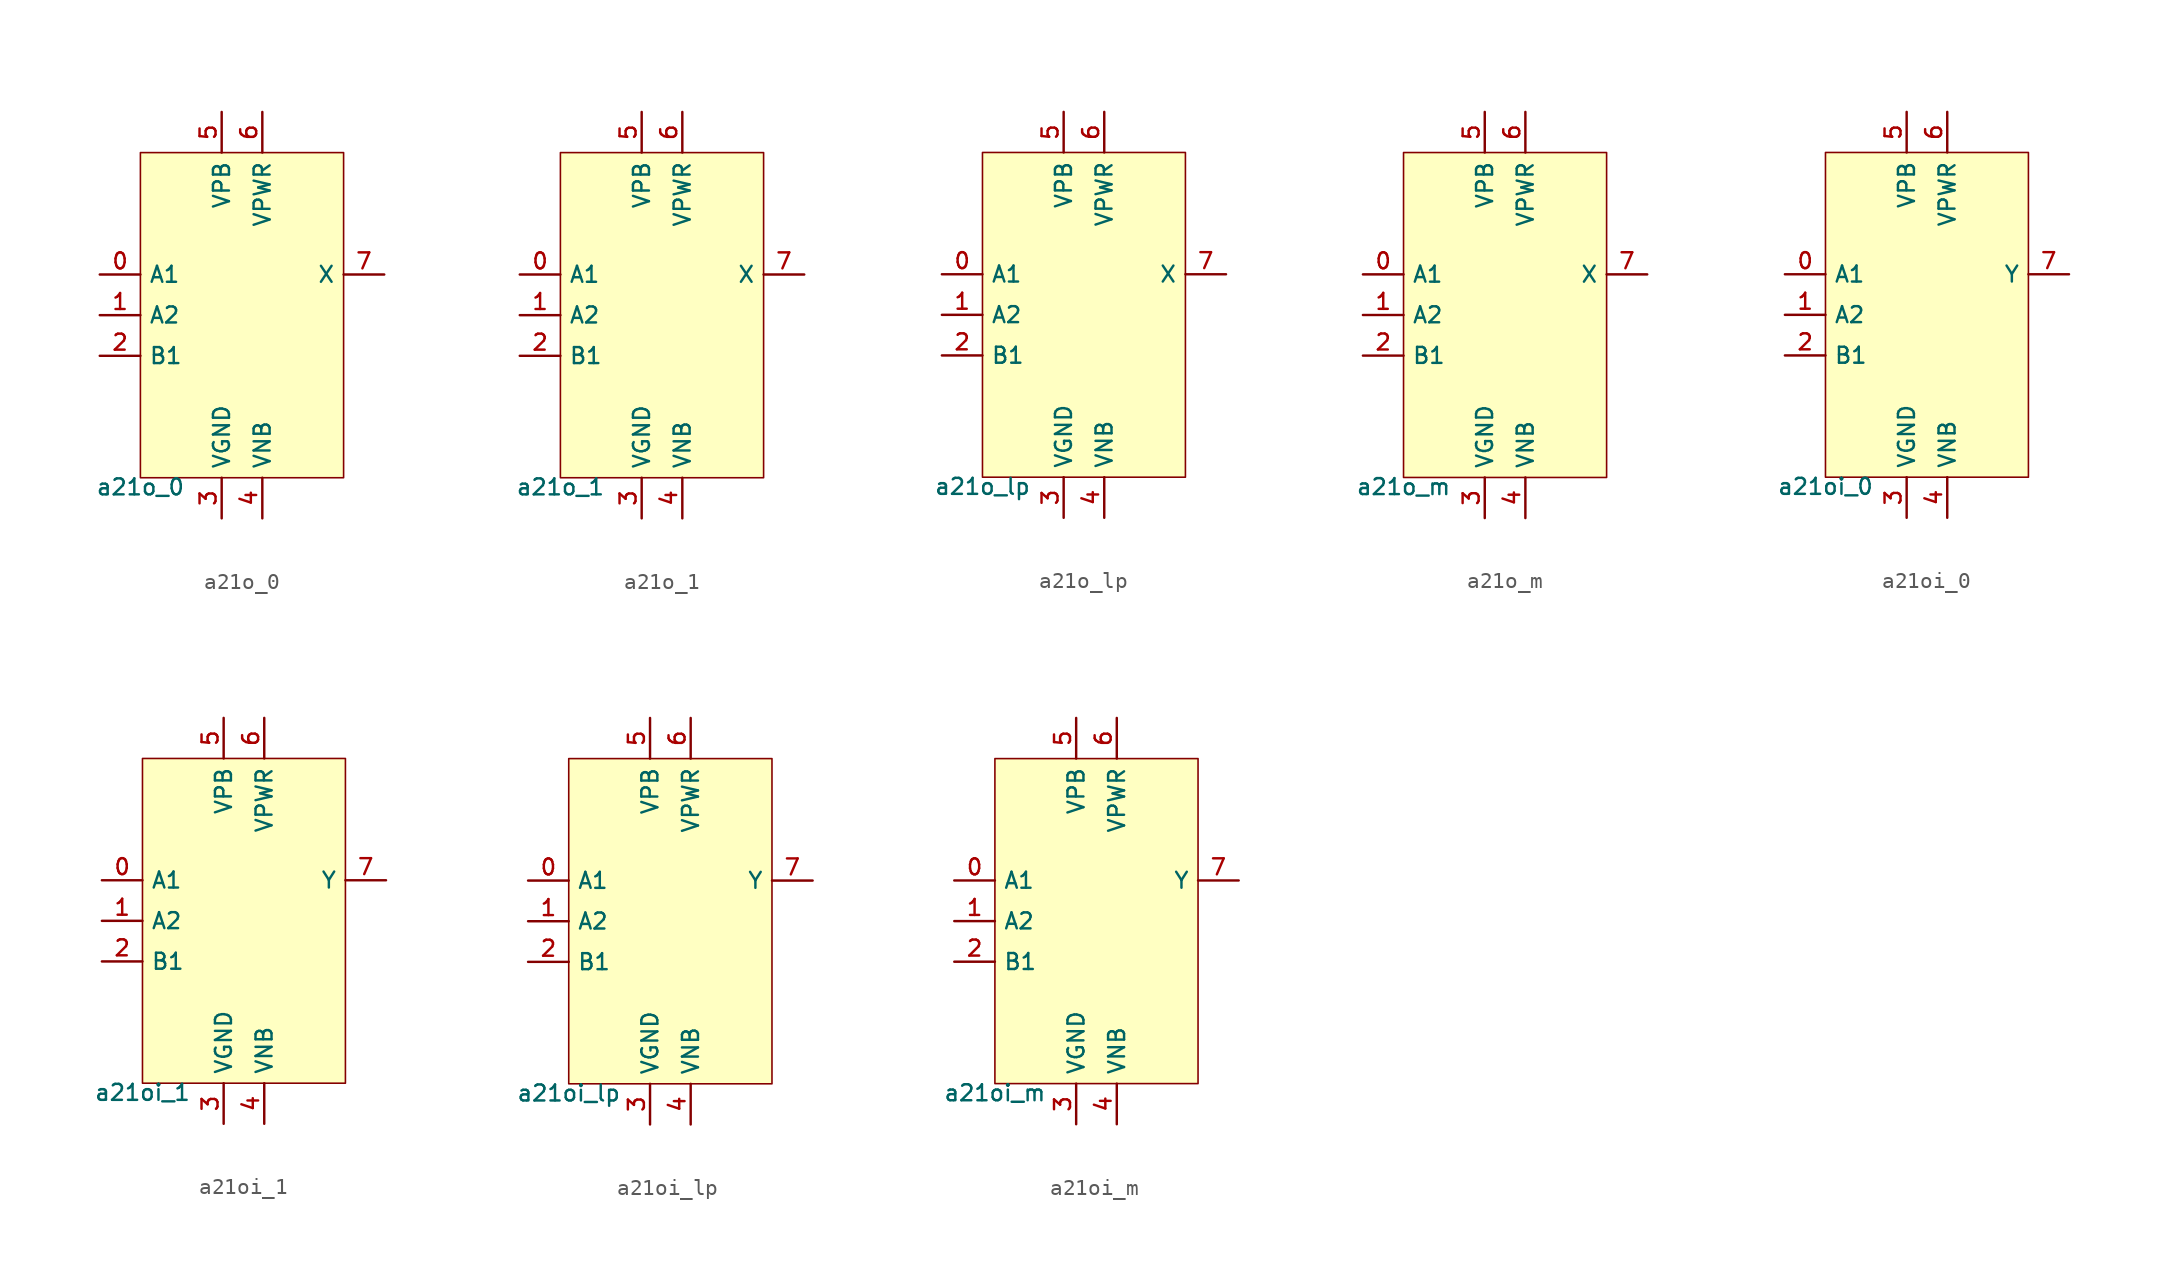
<source format=kicad_sym>
(kicad_symbol_lib
  (version 20211014)
  (generator pdk2kicad)
  (symbol "a21o_0"
    (property "Reference" "X"
      (at 0 0 0)
      (effects (font (size 1 1)) hide))
    (property "Value" "a21o_0"
      (at -6.35 -10.16 0)
      (effects (font (size 1 1)) (justify top)))
    (rectangle
      (start -6.35 -10.16)
      (end 6.35 10.16)
      (stroke (width 0.1) (type solid) (color 0 0 0 0))
      (fill (type background)))
    (pin input line
      (at -8.89 2.54 0)
      (length 2.54)
      (name "A1" (effects (font (size 1 1)) hide))
      (number "0" (effects (font (size 1 1)) hide)))
    (pin input line
      (at -8.89 0.0 0)
      (length 2.54)
      (name "A2" (effects (font (size 1 1)) hide))
      (number "1" (effects (font (size 1 1)) hide)))
    (pin input line
      (at -8.89 -2.54 0)
      (length 2.54)
      (name "B1" (effects (font (size 1 1)) hide))
      (number "2" (effects (font (size 1 1)) hide)))
    (pin power_in line
      (at -1.27 -12.7 90)
      (length 2.54)
      (name "VGND" (effects (font (size 1 1)) hide))
      (number "3" (effects (font (size 1 1)) hide)))
    (pin power_in line
      (at 1.27 -12.7 90)
      (length 2.54)
      (name "VNB" (effects (font (size 1 1)) hide))
      (number "4" (effects (font (size 1 1)) hide)))
    (pin power_in line
      (at -1.27 12.7 270)
      (length 2.54)
      (name "VPB" (effects (font (size 1 1)) hide))
      (number "5" (effects (font (size 1 1)) hide)))
    (pin power_in line
      (at 1.27 12.7 270)
      (length 2.54)
      (name "VPWR" (effects (font (size 1 1)) hide))
      (number "6" (effects (font (size 1 1)) hide)))
    (pin output line
      (at 8.89 2.54 180)
      (length 2.54)
      (name "X" (effects (font (size 1 1)) hide))
      (number "7" (effects (font (size 1 1)) hide))))
  (symbol "a21o_1"
    (property "Reference" "X"
      (at 0 0 0)
      (effects (font (size 1 1)) hide))
    (property "Value" "a21o_1"
      (at -6.35 -10.16 0)
      (effects (font (size 1 1)) (justify top)))
    (rectangle
      (start -6.35 -10.16)
      (end 6.35 10.16)
      (stroke (width 0.1) (type solid) (color 0 0 0 0))
      (fill (type background)))
    (pin input line
      (at -8.89 2.54 0)
      (length 2.54)
      (name "A1" (effects (font (size 1 1)) hide))
      (number "0" (effects (font (size 1 1)) hide)))
    (pin input line
      (at -8.89 0.0 0)
      (length 2.54)
      (name "A2" (effects (font (size 1 1)) hide))
      (number "1" (effects (font (size 1 1)) hide)))
    (pin input line
      (at -8.89 -2.54 0)
      (length 2.54)
      (name "B1" (effects (font (size 1 1)) hide))
      (number "2" (effects (font (size 1 1)) hide)))
    (pin power_in line
      (at -1.27 -12.7 90)
      (length 2.54)
      (name "VGND" (effects (font (size 1 1)) hide))
      (number "3" (effects (font (size 1 1)) hide)))
    (pin power_in line
      (at 1.27 -12.7 90)
      (length 2.54)
      (name "VNB" (effects (font (size 1 1)) hide))
      (number "4" (effects (font (size 1 1)) hide)))
    (pin power_in line
      (at -1.27 12.7 270)
      (length 2.54)
      (name "VPB" (effects (font (size 1 1)) hide))
      (number "5" (effects (font (size 1 1)) hide)))
    (pin power_in line
      (at 1.27 12.7 270)
      (length 2.54)
      (name "VPWR" (effects (font (size 1 1)) hide))
      (number "6" (effects (font (size 1 1)) hide)))
    (pin output line
      (at 8.89 2.54 180)
      (length 2.54)
      (name "X" (effects (font (size 1 1)) hide))
      (number "7" (effects (font (size 1 1)) hide))))
  (symbol "a21o_lp"
    (property "Reference" "X"
      (at 0 0 0)
      (effects (font (size 1 1)) hide))
    (property "Value" "a21o_lp"
      (at -6.35 -10.16 0)
      (effects (font (size 1 1)) (justify top)))
    (rectangle
      (start -6.35 -10.16)
      (end 6.35 10.16)
      (stroke (width 0.1) (type solid) (color 0 0 0 0))
      (fill (type background)))
    (pin input line
      (at -8.89 2.54 0)
      (length 2.54)
      (name "A1" (effects (font (size 1 1)) hide))
      (number "0" (effects (font (size 1 1)) hide)))
    (pin input line
      (at -8.89 0.0 0)
      (length 2.54)
      (name "A2" (effects (font (size 1 1)) hide))
      (number "1" (effects (font (size 1 1)) hide)))
    (pin input line
      (at -8.89 -2.54 0)
      (length 2.54)
      (name "B1" (effects (font (size 1 1)) hide))
      (number "2" (effects (font (size 1 1)) hide)))
    (pin power_in line
      (at -1.27 -12.7 90)
      (length 2.54)
      (name "VGND" (effects (font (size 1 1)) hide))
      (number "3" (effects (font (size 1 1)) hide)))
    (pin power_in line
      (at 1.27 -12.7 90)
      (length 2.54)
      (name "VNB" (effects (font (size 1 1)) hide))
      (number "4" (effects (font (size 1 1)) hide)))
    (pin power_in line
      (at -1.27 12.7 270)
      (length 2.54)
      (name "VPB" (effects (font (size 1 1)) hide))
      (number "5" (effects (font (size 1 1)) hide)))
    (pin power_in line
      (at 1.27 12.7 270)
      (length 2.54)
      (name "VPWR" (effects (font (size 1 1)) hide))
      (number "6" (effects (font (size 1 1)) hide)))
    (pin output line
      (at 8.89 2.54 180)
      (length 2.54)
      (name "X" (effects (font (size 1 1)) hide))
      (number "7" (effects (font (size 1 1)) hide))))
  (symbol "a21o_m"
    (property "Reference" "X"
      (at 0 0 0)
      (effects (font (size 1 1)) hide))
    (property "Value" "a21o_m"
      (at -6.35 -10.16 0)
      (effects (font (size 1 1)) (justify top)))
    (rectangle
      (start -6.35 -10.16)
      (end 6.35 10.16)
      (stroke (width 0.1) (type solid) (color 0 0 0 0))
      (fill (type background)))
    (pin input line
      (at -8.89 2.54 0)
      (length 2.54)
      (name "A1" (effects (font (size 1 1)) hide))
      (number "0" (effects (font (size 1 1)) hide)))
    (pin input line
      (at -8.89 0.0 0)
      (length 2.54)
      (name "A2" (effects (font (size 1 1)) hide))
      (number "1" (effects (font (size 1 1)) hide)))
    (pin input line
      (at -8.89 -2.54 0)
      (length 2.54)
      (name "B1" (effects (font (size 1 1)) hide))
      (number "2" (effects (font (size 1 1)) hide)))
    (pin power_in line
      (at -1.27 -12.7 90)
      (length 2.54)
      (name "VGND" (effects (font (size 1 1)) hide))
      (number "3" (effects (font (size 1 1)) hide)))
    (pin power_in line
      (at 1.27 -12.7 90)
      (length 2.54)
      (name "VNB" (effects (font (size 1 1)) hide))
      (number "4" (effects (font (size 1 1)) hide)))
    (pin power_in line
      (at -1.27 12.7 270)
      (length 2.54)
      (name "VPB" (effects (font (size 1 1)) hide))
      (number "5" (effects (font (size 1 1)) hide)))
    (pin power_in line
      (at 1.27 12.7 270)
      (length 2.54)
      (name "VPWR" (effects (font (size 1 1)) hide))
      (number "6" (effects (font (size 1 1)) hide)))
    (pin output line
      (at 8.89 2.54 180)
      (length 2.54)
      (name "X" (effects (font (size 1 1)) hide))
      (number "7" (effects (font (size 1 1)) hide))))
  (symbol "a21oi_0"
    (property "Reference" "X"
      (at 0 0 0)
      (effects (font (size 1 1)) hide))
    (property "Value" "a21oi_0"
      (at -6.35 -10.16 0)
      (effects (font (size 1 1)) (justify top)))
    (rectangle
      (start -6.35 -10.16)
      (end 6.35 10.16)
      (stroke (width 0.1) (type solid) (color 0 0 0 0))
      (fill (type background)))
    (pin input line
      (at -8.89 2.54 0)
      (length 2.54)
      (name "A1" (effects (font (size 1 1)) hide))
      (number "0" (effects (font (size 1 1)) hide)))
    (pin input line
      (at -8.89 0.0 0)
      (length 2.54)
      (name "A2" (effects (font (size 1 1)) hide))
      (number "1" (effects (font (size 1 1)) hide)))
    (pin input line
      (at -8.89 -2.54 0)
      (length 2.54)
      (name "B1" (effects (font (size 1 1)) hide))
      (number "2" (effects (font (size 1 1)) hide)))
    (pin power_in line
      (at -1.27 -12.7 90)
      (length 2.54)
      (name "VGND" (effects (font (size 1 1)) hide))
      (number "3" (effects (font (size 1 1)) hide)))
    (pin power_in line
      (at 1.27 -12.7 90)
      (length 2.54)
      (name "VNB" (effects (font (size 1 1)) hide))
      (number "4" (effects (font (size 1 1)) hide)))
    (pin power_in line
      (at -1.27 12.7 270)
      (length 2.54)
      (name "VPB" (effects (font (size 1 1)) hide))
      (number "5" (effects (font (size 1 1)) hide)))
    (pin power_in line
      (at 1.27 12.7 270)
      (length 2.54)
      (name "VPWR" (effects (font (size 1 1)) hide))
      (number "6" (effects (font (size 1 1)) hide)))
    (pin output line
      (at 8.89 2.54 180)
      (length 2.54)
      (name "Y" (effects (font (size 1 1)) hide))
      (number "7" (effects (font (size 1 1)) hide))))
  (symbol "a21oi_1"
    (property "Reference" "X"
      (at 0 0 0)
      (effects (font (size 1 1)) hide))
    (property "Value" "a21oi_1"
      (at -6.35 -10.16 0)
      (effects (font (size 1 1)) (justify top)))
    (rectangle
      (start -6.35 -10.16)
      (end 6.35 10.16)
      (stroke (width 0.1) (type solid) (color 0 0 0 0))
      (fill (type background)))
    (pin input line
      (at -8.89 2.54 0)
      (length 2.54)
      (name "A1" (effects (font (size 1 1)) hide))
      (number "0" (effects (font (size 1 1)) hide)))
    (pin input line
      (at -8.89 0.0 0)
      (length 2.54)
      (name "A2" (effects (font (size 1 1)) hide))
      (number "1" (effects (font (size 1 1)) hide)))
    (pin input line
      (at -8.89 -2.54 0)
      (length 2.54)
      (name "B1" (effects (font (size 1 1)) hide))
      (number "2" (effects (font (size 1 1)) hide)))
    (pin power_in line
      (at -1.27 -12.7 90)
      (length 2.54)
      (name "VGND" (effects (font (size 1 1)) hide))
      (number "3" (effects (font (size 1 1)) hide)))
    (pin power_in line
      (at 1.27 -12.7 90)
      (length 2.54)
      (name "VNB" (effects (font (size 1 1)) hide))
      (number "4" (effects (font (size 1 1)) hide)))
    (pin power_in line
      (at -1.27 12.7 270)
      (length 2.54)
      (name "VPB" (effects (font (size 1 1)) hide))
      (number "5" (effects (font (size 1 1)) hide)))
    (pin power_in line
      (at 1.27 12.7 270)
      (length 2.54)
      (name "VPWR" (effects (font (size 1 1)) hide))
      (number "6" (effects (font (size 1 1)) hide)))
    (pin output line
      (at 8.89 2.54 180)
      (length 2.54)
      (name "Y" (effects (font (size 1 1)) hide))
      (number "7" (effects (font (size 1 1)) hide))))
  (symbol "a21oi_lp"
    (property "Reference" "X"
      (at 0 0 0)
      (effects (font (size 1 1)) hide))
    (property "Value" "a21oi_lp"
      (at -6.35 -10.16 0)
      (effects (font (size 1 1)) (justify top)))
    (rectangle
      (start -6.35 -10.16)
      (end 6.35 10.16)
      (stroke (width 0.1) (type solid) (color 0 0 0 0))
      (fill (type background)))
    (pin input line
      (at -8.89 2.54 0)
      (length 2.54)
      (name "A1" (effects (font (size 1 1)) hide))
      (number "0" (effects (font (size 1 1)) hide)))
    (pin input line
      (at -8.89 0.0 0)
      (length 2.54)
      (name "A2" (effects (font (size 1 1)) hide))
      (number "1" (effects (font (size 1 1)) hide)))
    (pin input line
      (at -8.89 -2.54 0)
      (length 2.54)
      (name "B1" (effects (font (size 1 1)) hide))
      (number "2" (effects (font (size 1 1)) hide)))
    (pin power_in line
      (at -1.27 -12.7 90)
      (length 2.54)
      (name "VGND" (effects (font (size 1 1)) hide))
      (number "3" (effects (font (size 1 1)) hide)))
    (pin power_in line
      (at 1.27 -12.7 90)
      (length 2.54)
      (name "VNB" (effects (font (size 1 1)) hide))
      (number "4" (effects (font (size 1 1)) hide)))
    (pin power_in line
      (at -1.27 12.7 270)
      (length 2.54)
      (name "VPB" (effects (font (size 1 1)) hide))
      (number "5" (effects (font (size 1 1)) hide)))
    (pin power_in line
      (at 1.27 12.7 270)
      (length 2.54)
      (name "VPWR" (effects (font (size 1 1)) hide))
      (number "6" (effects (font (size 1 1)) hide)))
    (pin output line
      (at 8.89 2.54 180)
      (length 2.54)
      (name "Y" (effects (font (size 1 1)) hide))
      (number "7" (effects (font (size 1 1)) hide))))
  (symbol "a21oi_m"
    (property "Reference" "X"
      (at 0 0 0)
      (effects (font (size 1 1)) hide))
    (property "Value" "a21oi_m"
      (at -6.35 -10.16 0)
      (effects (font (size 1 1)) (justify top)))
    (rectangle
      (start -6.35 -10.16)
      (end 6.35 10.16)
      (stroke (width 0.1) (type solid) (color 0 0 0 0))
      (fill (type background)))
    (pin input line
      (at -8.89 2.54 0)
      (length 2.54)
      (name "A1" (effects (font (size 1 1)) hide))
      (number "0" (effects (font (size 1 1)) hide)))
    (pin input line
      (at -8.89 0.0 0)
      (length 2.54)
      (name "A2" (effects (font (size 1 1)) hide))
      (number "1" (effects (font (size 1 1)) hide)))
    (pin input line
      (at -8.89 -2.54 0)
      (length 2.54)
      (name "B1" (effects (font (size 1 1)) hide))
      (number "2" (effects (font (size 1 1)) hide)))
    (pin power_in line
      (at -1.27 -12.7 90)
      (length 2.54)
      (name "VGND" (effects (font (size 1 1)) hide))
      (number "3" (effects (font (size 1 1)) hide)))
    (pin power_in line
      (at 1.27 -12.7 90)
      (length 2.54)
      (name "VNB" (effects (font (size 1 1)) hide))
      (number "4" (effects (font (size 1 1)) hide)))
    (pin power_in line
      (at -1.27 12.7 270)
      (length 2.54)
      (name "VPB" (effects (font (size 1 1)) hide))
      (number "5" (effects (font (size 1 1)) hide)))
    (pin power_in line
      (at 1.27 12.7 270)
      (length 2.54)
      (name "VPWR" (effects (font (size 1 1)) hide))
      (number "6" (effects (font (size 1 1)) hide)))
    (pin output line
      (at 8.89 2.54 180)
      (length 2.54)
      (name "Y" (effects (font (size 1 1)) hide))
      (number "7" (effects (font (size 1 1)) hide)))))
</source>
